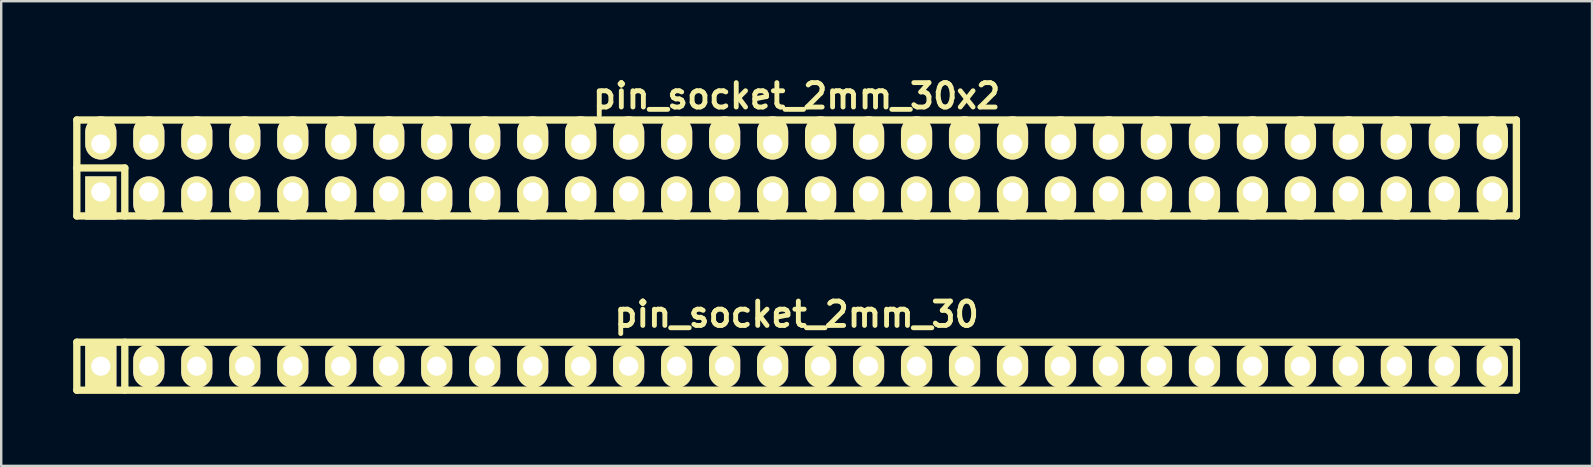
<source format=kicad_pcb>
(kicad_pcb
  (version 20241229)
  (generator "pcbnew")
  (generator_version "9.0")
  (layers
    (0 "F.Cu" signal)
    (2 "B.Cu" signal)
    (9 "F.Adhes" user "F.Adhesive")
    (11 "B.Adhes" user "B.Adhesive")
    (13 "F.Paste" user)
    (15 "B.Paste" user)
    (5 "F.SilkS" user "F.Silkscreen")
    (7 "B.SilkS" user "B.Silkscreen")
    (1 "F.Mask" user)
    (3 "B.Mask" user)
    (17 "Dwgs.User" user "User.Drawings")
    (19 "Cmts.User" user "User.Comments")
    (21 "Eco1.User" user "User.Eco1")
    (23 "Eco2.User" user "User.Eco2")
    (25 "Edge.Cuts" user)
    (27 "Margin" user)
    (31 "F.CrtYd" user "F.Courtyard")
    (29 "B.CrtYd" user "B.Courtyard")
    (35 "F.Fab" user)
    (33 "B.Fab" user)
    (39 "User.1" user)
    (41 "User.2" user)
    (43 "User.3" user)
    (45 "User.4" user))
  (footprint "pin_socket_2mm_30"
    (layer "F.Cu")
    (at 30.152 12.213)
    (property "Reference" "pin_socket_2mm_30" (at 0 -2.159 0) (layer "F.SilkS") (effects (font (size 1.016 1.016) (thickness 0.203))))
    (attr through_hole)
    (fp_line (start -30 -1) (end 30 -1) (stroke (width 0.305) (type solid)) (layer "F.SilkS"))
    (fp_line (start -30 1) (end -30 -1) (stroke (width 0.305) (type solid)) (layer "F.SilkS"))
    (fp_line (start -28 -1) (end -28 1) (stroke (width 0.305) (type solid)) (layer "F.SilkS"))
    (fp_line (start 30 -1) (end 30 1) (stroke (width 0.305) (type solid)) (layer "F.SilkS"))
    (fp_line (start 30 1) (end -30 1) (stroke (width 0.305) (type solid)) (layer "F.SilkS"))
    (pad "1" thru_hole rect (at -29 0) (size 1.3 1.8) (drill 0.8) (layers "*.Cu" "*.Mask" "F.SilkS"))
    (pad "2" thru_hole oval (at -27 0) (size 1.3 1.8) (drill 0.8) (layers "*.Cu" "*.Mask" "F.SilkS"))
    (pad "3" thru_hole oval (at -25 0) (size 1.3 1.8) (drill 0.8) (layers "*.Cu" "*.Mask" "F.SilkS"))
    (pad "4" thru_hole oval (at -23 0) (size 1.3 1.8) (drill 0.8) (layers "*.Cu" "*.Mask" "F.SilkS"))
    (pad "5" thru_hole oval (at -21 0) (size 1.3 1.8) (drill 0.8) (layers "*.Cu" "*.Mask" "F.SilkS"))
    (pad "6" thru_hole oval (at -19 0) (size 1.3 1.8) (drill 0.8) (layers "*.Cu" "*.Mask" "F.SilkS"))
    (pad "7" thru_hole oval (at -17 0) (size 1.3 1.8) (drill 0.8) (layers "*.Cu" "*.Mask" "F.SilkS"))
    (pad "8" thru_hole oval (at -15 0) (size 1.3 1.8) (drill 0.8) (layers "*.Cu" "*.Mask" "F.SilkS"))
    (pad "9" thru_hole oval (at -13 0) (size 1.3 1.8) (drill 0.8) (layers "*.Cu" "*.Mask" "F.SilkS"))
    (pad "10" thru_hole oval (at -11 0) (size 1.3 1.8) (drill 0.8) (layers "*.Cu" "*.Mask" "F.SilkS"))
    (pad "11" thru_hole oval (at -9 0) (size 1.3 1.8) (drill 0.8) (layers "*.Cu" "*.Mask" "F.SilkS"))
    (pad "12" thru_hole oval (at -7 0) (size 1.3 1.8) (drill 0.8) (layers "*.Cu" "*.Mask" "F.SilkS"))
    (pad "13" thru_hole oval (at -5 0) (size 1.3 1.8) (drill 0.8) (layers "*.Cu" "*.Mask" "F.SilkS"))
    (pad "14" thru_hole oval (at -3 0) (size 1.3 1.8) (drill 0.8) (layers "*.Cu" "*.Mask" "F.SilkS"))
    (pad "15" thru_hole oval (at -1 0) (size 1.3 1.8) (drill 0.8) (layers "*.Cu" "*.Mask" "F.SilkS"))
    (pad "16" thru_hole oval (at 1 0) (size 1.3 1.8) (drill 0.8) (layers "*.Cu" "*.Mask" "F.SilkS"))
    (pad "17" thru_hole oval (at 3 0) (size 1.3 1.8) (drill 0.8) (layers "*.Cu" "*.Mask" "F.SilkS"))
    (pad "18" thru_hole oval (at 5 0) (size 1.3 1.8) (drill 0.8) (layers "*.Cu" "*.Mask" "F.SilkS"))
    (pad "19" thru_hole oval (at 7 0) (size 1.3 1.8) (drill 0.8) (layers "*.Cu" "*.Mask" "F.SilkS"))
    (pad "20" thru_hole oval (at 9 0) (size 1.3 1.8) (drill 0.8) (layers "*.Cu" "*.Mask" "F.SilkS"))
    (pad "21" thru_hole oval (at 11 0) (size 1.3 1.8) (drill 0.8) (layers "*.Cu" "*.Mask" "F.SilkS"))
    (pad "22" thru_hole oval (at 13 0) (size 1.3 1.8) (drill 0.8) (layers "*.Cu" "*.Mask" "F.SilkS"))
    (pad "23" thru_hole oval (at 15 0) (size 1.3 1.8) (drill 0.8) (layers "*.Cu" "*.Mask" "F.SilkS"))
    (pad "24" thru_hole oval (at 17 0) (size 1.3 1.8) (drill 0.8) (layers "*.Cu" "*.Mask" "F.SilkS"))
    (pad "25" thru_hole oval (at 19 0) (size 1.3 1.8) (drill 0.8) (layers "*.Cu" "*.Mask" "F.SilkS"))
    (pad "26" thru_hole oval (at 21 0) (size 1.3 1.8) (drill 0.8) (layers "*.Cu" "*.Mask" "F.SilkS"))
    (pad "27" thru_hole oval (at 23 0) (size 1.3 1.8) (drill 0.8) (layers "*.Cu" "*.Mask" "F.SilkS"))
    (pad "28" thru_hole oval (at 25 0) (size 1.3 1.8) (drill 0.8) (layers "*.Cu" "*.Mask" "F.SilkS"))
    (pad "29" thru_hole oval (at 27 0) (size 1.3 1.8) (drill 0.8) (layers "*.Cu" "*.Mask" "F.SilkS"))
    (pad "30" thru_hole oval (at 29 0) (size 1.3 1.8) (drill 0.8) (layers "*.Cu" "*.Mask" "F.SilkS")))
  (footprint "pin_socket_2mm_30x2"
    (layer "F.Cu")
    (at 30.152 3.951)
    (property "Reference" "pin_socket_2mm_30x2" (at 0 -3 0) (layer "F.SilkS") (effects (font (size 1.016 1.016) (thickness 0.203))))
    (attr through_hole)
    (fp_line (start -30 -2) (end 30 -2) (stroke (width 0.305) (type solid)) (layer "F.SilkS"))
    (fp_line (start -30 0) (end -28 0) (stroke (width 0.305) (type solid)) (layer "F.SilkS"))
    (fp_line (start -30 2) (end -30 -2) (stroke (width 0.305) (type solid)) (layer "F.SilkS"))
    (fp_line (start -28 0) (end -28 2) (stroke (width 0.305) (type solid)) (layer "F.SilkS"))
    (fp_line (start 30 -2) (end 30 2) (stroke (width 0.305) (type solid)) (layer "F.SilkS"))
    (fp_line (start 30 2) (end -30 2) (stroke (width 0.305) (type solid)) (layer "F.SilkS"))
    (pad "1" thru_hole rect (at -29 1) (size 1.3 1.8) (drill 0.8 (offset 0 0.25)) (layers "*.Cu" "*.Mask" "F.SilkS"))
    (pad "2" thru_hole oval (at -29 -1) (size 1.3 1.8) (drill 0.8 (offset 0 -0.25)) (layers "*.Cu" "*.Mask" "F.SilkS"))
    (pad "3" thru_hole oval (at -27 1) (size 1.3 1.8) (drill 0.8 (offset 0 0.25)) (layers "*.Cu" "*.Mask" "F.SilkS"))
    (pad "4" thru_hole oval (at -27 -1) (size 1.3 1.8) (drill 0.8 (offset 0 -0.25)) (layers "*.Cu" "*.Mask" "F.SilkS"))
    (pad "5" thru_hole oval (at -25 1) (size 1.3 1.8) (drill 0.8 (offset 0 0.25)) (layers "*.Cu" "*.Mask" "F.SilkS"))
    (pad "6" thru_hole oval (at -25 -1) (size 1.3 1.8) (drill 0.8 (offset 0 -0.25)) (layers "*.Cu" "*.Mask" "F.SilkS"))
    (pad "7" thru_hole oval (at -23 1) (size 1.3 1.8) (drill 0.8 (offset 0 0.25)) (layers "*.Cu" "*.Mask" "F.SilkS"))
    (pad "8" thru_hole oval (at -23 -1) (size 1.3 1.8) (drill 0.8 (offset 0 -0.25)) (layers "*.Cu" "*.Mask" "F.SilkS"))
    (pad "9" thru_hole oval (at -21 1) (size 1.3 1.8) (drill 0.8 (offset 0 0.25)) (layers "*.Cu" "*.Mask" "F.SilkS"))
    (pad "10" thru_hole oval (at -21 -1) (size 1.3 1.8) (drill 0.8 (offset 0 -0.25)) (layers "*.Cu" "*.Mask" "F.SilkS"))
    (pad "11" thru_hole oval (at -19 1) (size 1.3 1.8) (drill 0.8 (offset 0 0.25)) (layers "*.Cu" "*.Mask" "F.SilkS"))
    (pad "12" thru_hole oval (at -19 -1) (size 1.3 1.8) (drill 0.8 (offset 0 -0.25)) (layers "*.Cu" "*.Mask" "F.SilkS"))
    (pad "13" thru_hole oval (at -17 1) (size 1.3 1.8) (drill 0.8 (offset 0 0.25)) (layers "*.Cu" "*.Mask" "F.SilkS"))
    (pad "14" thru_hole oval (at -17 -1) (size 1.3 1.8) (drill 0.8 (offset 0 -0.25)) (layers "*.Cu" "*.Mask" "F.SilkS"))
    (pad "15" thru_hole oval (at -15 1) (size 1.3 1.8) (drill 0.8 (offset 0 0.25)) (layers "*.Cu" "*.Mask" "F.SilkS"))
    (pad "16" thru_hole oval (at -15 -1) (size 1.3 1.8) (drill 0.8 (offset 0 -0.25)) (layers "*.Cu" "*.Mask" "F.SilkS"))
    (pad "17" thru_hole oval (at -13 1) (size 1.3 1.8) (drill 0.8 (offset 0 0.25)) (layers "*.Cu" "*.Mask" "F.SilkS"))
    (pad "18" thru_hole oval (at -13 -1) (size 1.3 1.8) (drill 0.8 (offset 0 -0.25)) (layers "*.Cu" "*.Mask" "F.SilkS"))
    (pad "19" thru_hole oval (at -11 1) (size 1.3 1.8) (drill 0.8 (offset 0 0.25)) (layers "*.Cu" "*.Mask" "F.SilkS"))
    (pad "20" thru_hole oval (at -11 -1) (size 1.3 1.8) (drill 0.8 (offset 0 -0.25)) (layers "*.Cu" "*.Mask" "F.SilkS"))
    (pad "21" thru_hole oval (at -9 1) (size 1.3 1.8) (drill 0.8 (offset 0 0.25)) (layers "*.Cu" "*.Mask" "F.SilkS"))
    (pad "22" thru_hole oval (at -9 -1) (size 1.3 1.8) (drill 0.8 (offset 0 -0.25)) (layers "*.Cu" "*.Mask" "F.SilkS"))
    (pad "23" thru_hole oval (at -7 1) (size 1.3 1.8) (drill 0.8 (offset 0 0.25)) (layers "*.Cu" "*.Mask" "F.SilkS"))
    (pad "24" thru_hole oval (at -7 -1) (size 1.3 1.8) (drill 0.8 (offset 0 -0.25)) (layers "*.Cu" "*.Mask" "F.SilkS"))
    (pad "25" thru_hole oval (at -5 1) (size 1.3 1.8) (drill 0.8 (offset 0 0.25)) (layers "*.Cu" "*.Mask" "F.SilkS"))
    (pad "26" thru_hole oval (at -5 -1) (size 1.3 1.8) (drill 0.8 (offset 0 -0.25)) (layers "*.Cu" "*.Mask" "F.SilkS"))
    (pad "27" thru_hole oval (at -3 1) (size 1.3 1.8) (drill 0.8 (offset 0 0.25)) (layers "*.Cu" "*.Mask" "F.SilkS"))
    (pad "28" thru_hole oval (at -3 -1) (size 1.3 1.8) (drill 0.8 (offset 0 -0.25)) (layers "*.Cu" "*.Mask" "F.SilkS"))
    (pad "29" thru_hole oval (at -1 1) (size 1.3 1.8) (drill 0.8 (offset 0 0.25)) (layers "*.Cu" "*.Mask" "F.SilkS"))
    (pad "30" thru_hole oval (at -1 -1) (size 1.3 1.8) (drill 0.8 (offset 0 -0.25)) (layers "*.Cu" "*.Mask" "F.SilkS"))
    (pad "31" thru_hole oval (at 1 1) (size 1.3 1.8) (drill 0.8 (offset 0 0.25)) (layers "*.Cu" "*.Mask" "F.SilkS"))
    (pad "32" thru_hole oval (at 1 -1) (size 1.3 1.8) (drill 0.8 (offset 0 -0.25)) (layers "*.Cu" "*.Mask" "F.SilkS"))
    (pad "33" thru_hole oval (at 3 1) (size 1.3 1.8) (drill 0.8 (offset 0 0.25)) (layers "*.Cu" "*.Mask" "F.SilkS"))
    (pad "34" thru_hole oval (at 3 -1) (size 1.3 1.8) (drill 0.8 (offset 0 -0.25)) (layers "*.Cu" "*.Mask" "F.SilkS"))
    (pad "35" thru_hole oval (at 5 1) (size 1.3 1.8) (drill 0.8 (offset 0 0.25)) (layers "*.Cu" "*.Mask" "F.SilkS"))
    (pad "36" thru_hole oval (at 5 -1) (size 1.3 1.8) (drill 0.8 (offset 0 -0.25)) (layers "*.Cu" "*.Mask" "F.SilkS"))
    (pad "37" thru_hole oval (at 7 1) (size 1.3 1.8) (drill 0.8 (offset 0 0.25)) (layers "*.Cu" "*.Mask" "F.SilkS"))
    (pad "38" thru_hole oval (at 7 -1) (size 1.3 1.8) (drill 0.8 (offset 0 -0.25)) (layers "*.Cu" "*.Mask" "F.SilkS"))
    (pad "39" thru_hole oval (at 9 1) (size 1.3 1.8) (drill 0.8 (offset 0 0.25)) (layers "*.Cu" "*.Mask" "F.SilkS"))
    (pad "40" thru_hole oval (at 9 -1) (size 1.3 1.8) (drill 0.8 (offset 0 -0.25)) (layers "*.Cu" "*.Mask" "F.SilkS"))
    (pad "41" thru_hole oval (at 11 1) (size 1.3 1.8) (drill 0.8 (offset 0 0.25)) (layers "*.Cu" "*.Mask" "F.SilkS"))
    (pad "42" thru_hole oval (at 11 -1) (size 1.3 1.8) (drill 0.8 (offset 0 -0.25)) (layers "*.Cu" "*.Mask" "F.SilkS"))
    (pad "43" thru_hole oval (at 13 1) (size 1.3 1.8) (drill 0.8 (offset 0 0.25)) (layers "*.Cu" "*.Mask" "F.SilkS"))
    (pad "44" thru_hole oval (at 13 -1) (size 1.3 1.8) (drill 0.8 (offset 0 -0.25)) (layers "*.Cu" "*.Mask" "F.SilkS"))
    (pad "45" thru_hole oval (at 15 1) (size 1.3 1.8) (drill 0.8 (offset 0 0.25)) (layers "*.Cu" "*.Mask" "F.SilkS"))
    (pad "46" thru_hole oval (at 15 -1) (size 1.3 1.8) (drill 0.8 (offset 0 -0.25)) (layers "*.Cu" "*.Mask" "F.SilkS"))
    (pad "47" thru_hole oval (at 17 1) (size 1.3 1.8) (drill 0.8 (offset 0 0.25)) (layers "*.Cu" "*.Mask" "F.SilkS"))
    (pad "48" thru_hole oval (at 17 -1) (size 1.3 1.8) (drill 0.8 (offset 0 -0.25)) (layers "*.Cu" "*.Mask" "F.SilkS"))
    (pad "49" thru_hole oval (at 19 1) (size 1.3 1.8) (drill 0.8 (offset 0 0.25)) (layers "*.Cu" "*.Mask" "F.SilkS"))
    (pad "50" thru_hole oval (at 19 -1) (size 1.3 1.8) (drill 0.8 (offset 0 -0.25)) (layers "*.Cu" "*.Mask" "F.SilkS"))
    (pad "51" thru_hole oval (at 21 1) (size 1.3 1.8) (drill 0.8 (offset 0 0.25)) (layers "*.Cu" "*.Mask" "F.SilkS"))
    (pad "52" thru_hole oval (at 21 -1) (size 1.3 1.8) (drill 0.8 (offset 0 -0.25)) (layers "*.Cu" "*.Mask" "F.SilkS"))
    (pad "53" thru_hole oval (at 23 1) (size 1.3 1.8) (drill 0.8 (offset 0 0.25)) (layers "*.Cu" "*.Mask" "F.SilkS"))
    (pad "54" thru_hole oval (at 23 -1) (size 1.3 1.8) (drill 0.8 (offset 0 -0.25)) (layers "*.Cu" "*.Mask" "F.SilkS"))
    (pad "55" thru_hole oval (at 25 1) (size 1.3 1.8) (drill 0.8 (offset 0 0.25)) (layers "*.Cu" "*.Mask" "F.SilkS"))
    (pad "56" thru_hole oval (at 25 -1) (size 1.3 1.8) (drill 0.8 (offset 0 -0.25)) (layers "*.Cu" "*.Mask" "F.SilkS"))
    (pad "57" thru_hole oval (at 27 1) (size 1.3 1.8) (drill 0.8 (offset 0 0.25)) (layers "*.Cu" "*.Mask" "F.SilkS"))
    (pad "58" thru_hole oval (at 27 -1) (size 1.3 1.8) (drill 0.8 (offset 0 -0.25)) (layers "*.Cu" "*.Mask" "F.SilkS"))
    (pad "59" thru_hole oval (at 29 1) (size 1.3 1.8) (drill 0.8 (offset 0 0.25)) (layers "*.Cu" "*.Mask" "F.SilkS"))
    (pad "60" thru_hole oval (at 29 -1) (size 1.3 1.8) (drill 0.8 (offset 0 -0.25)) (layers "*.Cu" "*.Mask" "F.SilkS")))
  (gr_rect
    (start -3 -3)
    (end 63.305 16.366)
    (stroke (width 0.1) (type default))
    (fill no)
    (layer "Edge.Cuts")))
</source>
